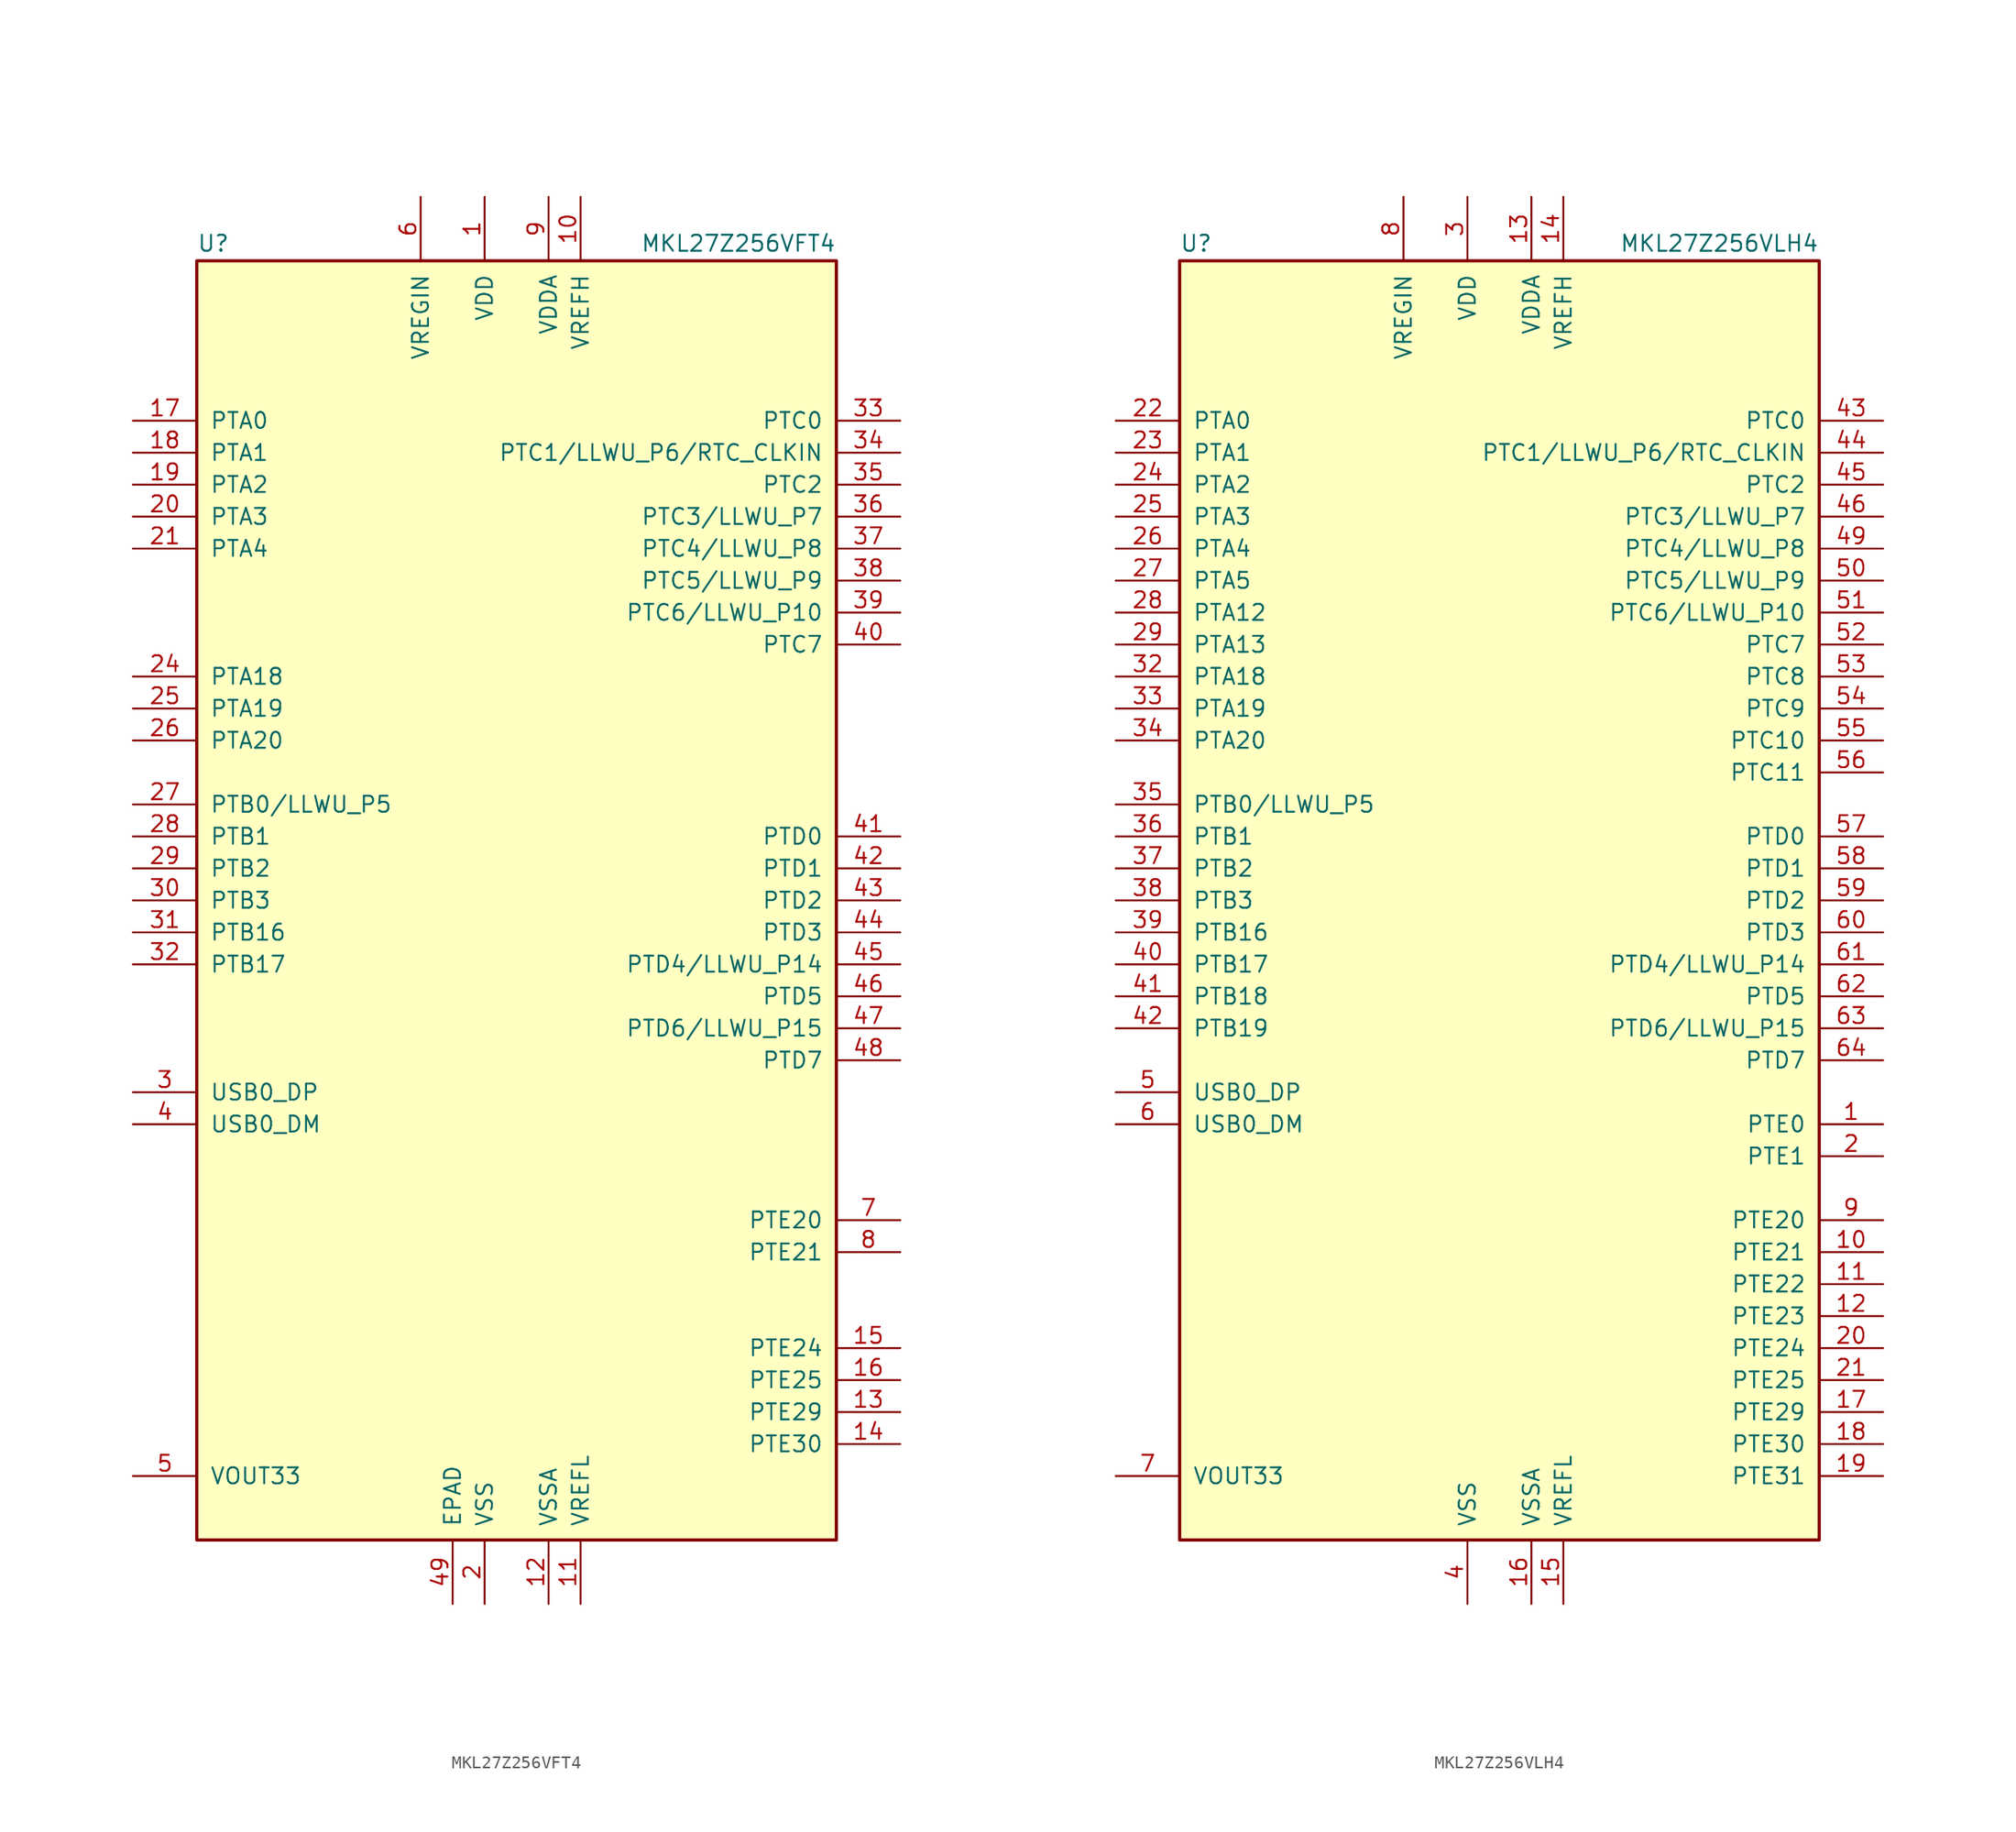
<source format=kicad_sym>
(kicad_symbol_lib
  (version 20241209)
  (generator "kicad_symbol_editor")
  (generator_version "9.0")
  (symbol "MKL27Z256VFT4"
    (pin_names
      (offset 1.016))
    (property "Reference" "U"
      (at -25.4 51.435 0)
      (effects (font (size 1.27 1.27)) (justify left bottom)))
    (property "Value" "MKL27Z256VFT4"
      (at 25.4 51.435 0)
      (effects (font (size 1.27 1.27)) (justify right bottom)))
    (symbol "MKL27Z256VFT4_0_1"
      (rectangle (start -25.4 50.8) (end 25.4 -50.8) (stroke (width 0.254) (type default)) (fill (type background))))
    (symbol "MKL27Z256VFT4_1_1"
      (pin bidirectional line (at -30.48 38.1 0) (length 5.08) (name "PTA0" (effects (font (size 1.27 1.27)))) (number "17" (effects (font (size 1.27 1.27)))))
      (pin bidirectional line (at -30.48 35.56 0) (length 5.08) (name "PTA1" (effects (font (size 1.27 1.27)))) (number "18" (effects (font (size 1.27 1.27)))))
      (pin bidirectional line (at -30.48 33.02 0) (length 5.08) (name "PTA2" (effects (font (size 1.27 1.27)))) (number "19" (effects (font (size 1.27 1.27)))))
      (pin bidirectional line (at -30.48 30.48 0) (length 5.08) (name "PTA3" (effects (font (size 1.27 1.27)))) (number "20" (effects (font (size 1.27 1.27)))))
      (pin bidirectional line (at -30.48 27.94 0) (length 5.08) (name "PTA4" (effects (font (size 1.27 1.27)))) (number "21" (effects (font (size 1.27 1.27)))))
      (pin bidirectional line (at -30.48 17.78 0) (length 5.08) (name "PTA18" (effects (font (size 1.27 1.27)))) (number "24" (effects (font (size 1.27 1.27)))))
      (pin bidirectional line (at -30.48 15.24 0) (length 5.08) (name "PTA19" (effects (font (size 1.27 1.27)))) (number "25" (effects (font (size 1.27 1.27)))))
      (pin bidirectional line (at -30.48 12.7 0) (length 5.08) (name "PTA20" (effects (font (size 1.27 1.27)))) (number "26" (effects (font (size 1.27 1.27)))))
      (pin bidirectional line (at -30.48 7.62 0) (length 5.08) (name "PTB0/LLWU_P5" (effects (font (size 1.27 1.27)))) (number "27" (effects (font (size 1.27 1.27)))))
      (pin bidirectional line (at -30.48 5.08 0) (length 5.08) (name "PTB1" (effects (font (size 1.27 1.27)))) (number "28" (effects (font (size 1.27 1.27)))))
      (pin bidirectional line (at -30.48 2.54 0) (length 5.08) (name "PTB2" (effects (font (size 1.27 1.27)))) (number "29" (effects (font (size 1.27 1.27)))))
      (pin bidirectional line (at -30.48 0 0) (length 5.08) (name "PTB3" (effects (font (size 1.27 1.27)))) (number "30" (effects (font (size 1.27 1.27)))))
      (pin bidirectional line (at -30.48 -2.54 0) (length 5.08) (name "PTB16" (effects (font (size 1.27 1.27)))) (number "31" (effects (font (size 1.27 1.27)))))
      (pin bidirectional line (at -30.48 -5.08 0) (length 5.08) (name "PTB17" (effects (font (size 1.27 1.27)))) (number "32" (effects (font (size 1.27 1.27)))))
      (pin bidirectional line (at -30.48 -15.24 0) (length 5.08) (name "USB0_DP" (effects (font (size 1.27 1.27)))) (number "3" (effects (font (size 1.27 1.27)))))
      (pin bidirectional line (at -30.48 -17.78 0) (length 5.08) (name "USB0_DM" (effects (font (size 1.27 1.27)))) (number "4" (effects (font (size 1.27 1.27)))))
      (pin power_out line (at -30.48 -45.72 0) (length 5.08) (name "VOUT33" (effects (font (size 1.27 1.27)))) (number "5" (effects (font (size 1.27 1.27)))))
      (pin power_in line (at -7.62 55.88 270) (length 5.08) (name "VREGIN" (effects (font (size 1.27 1.27)))) (number "6" (effects (font (size 1.27 1.27)))))
      (pin power_in line (at -5.08 -55.88 90) (length 5.08) (name "EPAD" (effects (font (size 1.27 1.27)))) (number "49" (effects (font (size 1.27 1.27)))))
      (pin power_in line (at -2.54 55.88 270) (length 5.08) (name "VDD" (effects (font (size 1.27 1.27)))) (number "1" (effects (font (size 1.27 1.27)))))
      (pin passive line (at -2.54 55.88 270) (length 5.08) (hide yes) (name "VDD" (effects (font (size 1.27 1.27)))) (number "22" (effects (font (size 1.27 1.27)))))
      (pin power_in line (at -2.54 -55.88 90) (length 5.08) (name "VSS" (effects (font (size 1.27 1.27)))) (number "2" (effects (font (size 1.27 1.27)))))
      (pin passive line (at -2.54 -55.88 90) (length 5.08) (hide yes) (name "VSS" (effects (font (size 1.27 1.27)))) (number "23" (effects (font (size 1.27 1.27)))))
      (pin power_in line (at 2.54 55.88 270) (length 5.08) (name "VDDA" (effects (font (size 1.27 1.27)))) (number "9" (effects (font (size 1.27 1.27)))))
      (pin power_in line (at 2.54 -55.88 90) (length 5.08) (name "VSSA" (effects (font (size 1.27 1.27)))) (number "12" (effects (font (size 1.27 1.27)))))
      (pin power_in line (at 5.08 55.88 270) (length 5.08) (name "VREFH" (effects (font (size 1.27 1.27)))) (number "10" (effects (font (size 1.27 1.27)))))
      (pin power_in line (at 5.08 -55.88 90) (length 5.08) (name "VREFL" (effects (font (size 1.27 1.27)))) (number "11" (effects (font (size 1.27 1.27)))))
      (pin bidirectional line (at 30.48 38.1 180) (length 5.08) (name "PTC0" (effects (font (size 1.27 1.27)))) (number "33" (effects (font (size 1.27 1.27)))))
      (pin bidirectional line (at 30.48 35.56 180) (length 5.08) (name "PTC1/LLWU_P6/RTC_CLKIN" (effects (font (size 1.27 1.27)))) (number "34" (effects (font (size 1.27 1.27)))))
      (pin bidirectional line (at 30.48 33.02 180) (length 5.08) (name "PTC2" (effects (font (size 1.27 1.27)))) (number "35" (effects (font (size 1.27 1.27)))))
      (pin bidirectional line (at 30.48 30.48 180) (length 5.08) (name "PTC3/LLWU_P7" (effects (font (size 1.27 1.27)))) (number "36" (effects (font (size 1.27 1.27)))))
      (pin bidirectional line (at 30.48 27.94 180) (length 5.08) (name "PTC4/LLWU_P8" (effects (font (size 1.27 1.27)))) (number "37" (effects (font (size 1.27 1.27)))))
      (pin bidirectional line (at 30.48 25.4 180) (length 5.08) (name "PTC5/LLWU_P9" (effects (font (size 1.27 1.27)))) (number "38" (effects (font (size 1.27 1.27)))))
      (pin bidirectional line (at 30.48 22.86 180) (length 5.08) (name "PTC6/LLWU_P10" (effects (font (size 1.27 1.27)))) (number "39" (effects (font (size 1.27 1.27)))))
      (pin bidirectional line (at 30.48 20.32 180) (length 5.08) (name "PTC7" (effects (font (size 1.27 1.27)))) (number "40" (effects (font (size 1.27 1.27)))))
      (pin bidirectional line (at 30.48 5.08 180) (length 5.08) (name "PTD0" (effects (font (size 1.27 1.27)))) (number "41" (effects (font (size 1.27 1.27)))))
      (pin bidirectional line (at 30.48 2.54 180) (length 5.08) (name "PTD1" (effects (font (size 1.27 1.27)))) (number "42" (effects (font (size 1.27 1.27)))))
      (pin bidirectional line (at 30.48 0 180) (length 5.08) (name "PTD2" (effects (font (size 1.27 1.27)))) (number "43" (effects (font (size 1.27 1.27)))))
      (pin bidirectional line (at 30.48 -2.54 180) (length 5.08) (name "PTD3" (effects (font (size 1.27 1.27)))) (number "44" (effects (font (size 1.27 1.27)))))
      (pin bidirectional line (at 30.48 -5.08 180) (length 5.08) (name "PTD4/LLWU_P14" (effects (font (size 1.27 1.27)))) (number "45" (effects (font (size 1.27 1.27)))))
      (pin bidirectional line (at 30.48 -7.62 180) (length 5.08) (name "PTD5" (effects (font (size 1.27 1.27)))) (number "46" (effects (font (size 1.27 1.27)))))
      (pin bidirectional line (at 30.48 -10.16 180) (length 5.08) (name "PTD6/LLWU_P15" (effects (font (size 1.27 1.27)))) (number "47" (effects (font (size 1.27 1.27)))))
      (pin bidirectional line (at 30.48 -12.7 180) (length 5.08) (name "PTD7" (effects (font (size 1.27 1.27)))) (number "48" (effects (font (size 1.27 1.27)))))
      (pin bidirectional line (at 30.48 -25.4 180) (length 5.08) (name "PTE20" (effects (font (size 1.27 1.27)))) (number "7" (effects (font (size 1.27 1.27)))))
      (pin bidirectional line (at 30.48 -27.94 180) (length 5.08) (name "PTE21" (effects (font (size 1.27 1.27)))) (number "8" (effects (font (size 1.27 1.27)))))
      (pin bidirectional line (at 30.48 -35.56 180) (length 5.08) (name "PTE24" (effects (font (size 1.27 1.27)))) (number "15" (effects (font (size 1.27 1.27)))))
      (pin bidirectional line (at 30.48 -38.1 180) (length 5.08) (name "PTE25" (effects (font (size 1.27 1.27)))) (number "16" (effects (font (size 1.27 1.27)))))
      (pin bidirectional line (at 30.48 -40.64 180) (length 5.08) (name "PTE29" (effects (font (size 1.27 1.27)))) (number "13" (effects (font (size 1.27 1.27)))))
      (pin bidirectional line (at 30.48 -43.18 180) (length 5.08) (name "PTE30" (effects (font (size 1.27 1.27)))) (number "14" (effects (font (size 1.27 1.27)))))))
  (symbol "MKL27Z256VLH4"
    (pin_names
      (offset 1.016))
    (property "Reference" "U"
      (at -25.4 51.435 0)
      (effects (font (size 1.27 1.27)) (justify left bottom)))
    (property "Value" "MKL27Z256VLH4"
      (at 25.4 51.435 0)
      (effects (font (size 1.27 1.27)) (justify right bottom)))
    (symbol "MKL27Z256VLH4_0_1"
      (rectangle (start -25.4 50.8) (end 25.4 -50.8) (stroke (width 0.254) (type default)) (fill (type background))))
    (symbol "MKL27Z256VLH4_1_1"
      (pin bidirectional line (at -30.48 38.1 0) (length 5.08) (name "PTA0" (effects (font (size 1.27 1.27)))) (number "22" (effects (font (size 1.27 1.27)))))
      (pin bidirectional line (at -30.48 35.56 0) (length 5.08) (name "PTA1" (effects (font (size 1.27 1.27)))) (number "23" (effects (font (size 1.27 1.27)))))
      (pin bidirectional line (at -30.48 33.02 0) (length 5.08) (name "PTA2" (effects (font (size 1.27 1.27)))) (number "24" (effects (font (size 1.27 1.27)))))
      (pin bidirectional line (at -30.48 30.48 0) (length 5.08) (name "PTA3" (effects (font (size 1.27 1.27)))) (number "25" (effects (font (size 1.27 1.27)))))
      (pin bidirectional line (at -30.48 27.94 0) (length 5.08) (name "PTA4" (effects (font (size 1.27 1.27)))) (number "26" (effects (font (size 1.27 1.27)))))
      (pin bidirectional line (at -30.48 25.4 0) (length 5.08) (name "PTA5" (effects (font (size 1.27 1.27)))) (number "27" (effects (font (size 1.27 1.27)))))
      (pin bidirectional line (at -30.48 22.86 0) (length 5.08) (name "PTA12" (effects (font (size 1.27 1.27)))) (number "28" (effects (font (size 1.27 1.27)))))
      (pin bidirectional line (at -30.48 20.32 0) (length 5.08) (name "PTA13" (effects (font (size 1.27 1.27)))) (number "29" (effects (font (size 1.27 1.27)))))
      (pin bidirectional line (at -30.48 17.78 0) (length 5.08) (name "PTA18" (effects (font (size 1.27 1.27)))) (number "32" (effects (font (size 1.27 1.27)))))
      (pin bidirectional line (at -30.48 15.24 0) (length 5.08) (name "PTA19" (effects (font (size 1.27 1.27)))) (number "33" (effects (font (size 1.27 1.27)))))
      (pin bidirectional line (at -30.48 12.7 0) (length 5.08) (name "PTA20" (effects (font (size 1.27 1.27)))) (number "34" (effects (font (size 1.27 1.27)))))
      (pin bidirectional line (at -30.48 7.62 0) (length 5.08) (name "PTB0/LLWU_P5" (effects (font (size 1.27 1.27)))) (number "35" (effects (font (size 1.27 1.27)))))
      (pin bidirectional line (at -30.48 5.08 0) (length 5.08) (name "PTB1" (effects (font (size 1.27 1.27)))) (number "36" (effects (font (size 1.27 1.27)))))
      (pin bidirectional line (at -30.48 2.54 0) (length 5.08) (name "PTB2" (effects (font (size 1.27 1.27)))) (number "37" (effects (font (size 1.27 1.27)))))
      (pin bidirectional line (at -30.48 0 0) (length 5.08) (name "PTB3" (effects (font (size 1.27 1.27)))) (number "38" (effects (font (size 1.27 1.27)))))
      (pin bidirectional line (at -30.48 -2.54 0) (length 5.08) (name "PTB16" (effects (font (size 1.27 1.27)))) (number "39" (effects (font (size 1.27 1.27)))))
      (pin bidirectional line (at -30.48 -5.08 0) (length 5.08) (name "PTB17" (effects (font (size 1.27 1.27)))) (number "40" (effects (font (size 1.27 1.27)))))
      (pin bidirectional line (at -30.48 -7.62 0) (length 5.08) (name "PTB18" (effects (font (size 1.27 1.27)))) (number "41" (effects (font (size 1.27 1.27)))))
      (pin bidirectional line (at -30.48 -10.16 0) (length 5.08) (name "PTB19" (effects (font (size 1.27 1.27)))) (number "42" (effects (font (size 1.27 1.27)))))
      (pin bidirectional line (at -30.48 -15.24 0) (length 5.08) (name "USB0_DP" (effects (font (size 1.27 1.27)))) (number "5" (effects (font (size 1.27 1.27)))))
      (pin bidirectional line (at -30.48 -17.78 0) (length 5.08) (name "USB0_DM" (effects (font (size 1.27 1.27)))) (number "6" (effects (font (size 1.27 1.27)))))
      (pin power_out line (at -30.48 -45.72 0) (length 5.08) (name "VOUT33" (effects (font (size 1.27 1.27)))) (number "7" (effects (font (size 1.27 1.27)))))
      (pin power_in line (at -7.62 55.88 270) (length 5.08) (name "VREGIN" (effects (font (size 1.27 1.27)))) (number "8" (effects (font (size 1.27 1.27)))))
      (pin power_in line (at -2.54 55.88 270) (length 5.08) (name "VDD" (effects (font (size 1.27 1.27)))) (number "3" (effects (font (size 1.27 1.27)))))
      (pin passive line (at -2.54 55.88 270) (length 5.08) (hide yes) (name "VDD" (effects (font (size 1.27 1.27)))) (number "30" (effects (font (size 1.27 1.27)))))
      (pin passive line (at -2.54 55.88 270) (length 5.08) (hide yes) (name "VDD" (effects (font (size 1.27 1.27)))) (number "48" (effects (font (size 1.27 1.27)))))
      (pin passive line (at -2.54 -55.88 90) (length 5.08) (hide yes) (name "VSS" (effects (font (size 1.27 1.27)))) (number "31" (effects (font (size 1.27 1.27)))))
      (pin power_in line (at -2.54 -55.88 90) (length 5.08) (name "VSS" (effects (font (size 1.27 1.27)))) (number "4" (effects (font (size 1.27 1.27)))))
      (pin passive line (at -2.54 -55.88 90) (length 5.08) (hide yes) (name "VSS" (effects (font (size 1.27 1.27)))) (number "47" (effects (font (size 1.27 1.27)))))
      (pin power_in line (at 2.54 55.88 270) (length 5.08) (name "VDDA" (effects (font (size 1.27 1.27)))) (number "13" (effects (font (size 1.27 1.27)))))
      (pin power_in line (at 2.54 -55.88 90) (length 5.08) (name "VSSA" (effects (font (size 1.27 1.27)))) (number "16" (effects (font (size 1.27 1.27)))))
      (pin power_in line (at 5.08 55.88 270) (length 5.08) (name "VREFH" (effects (font (size 1.27 1.27)))) (number "14" (effects (font (size 1.27 1.27)))))
      (pin power_in line (at 5.08 -55.88 90) (length 5.08) (name "VREFL" (effects (font (size 1.27 1.27)))) (number "15" (effects (font (size 1.27 1.27)))))
      (pin bidirectional line (at 30.48 38.1 180) (length 5.08) (name "PTC0" (effects (font (size 1.27 1.27)))) (number "43" (effects (font (size 1.27 1.27)))))
      (pin bidirectional line (at 30.48 35.56 180) (length 5.08) (name "PTC1/LLWU_P6/RTC_CLKIN" (effects (font (size 1.27 1.27)))) (number "44" (effects (font (size 1.27 1.27)))))
      (pin bidirectional line (at 30.48 33.02 180) (length 5.08) (name "PTC2" (effects (font (size 1.27 1.27)))) (number "45" (effects (font (size 1.27 1.27)))))
      (pin bidirectional line (at 30.48 30.48 180) (length 5.08) (name "PTC3/LLWU_P7" (effects (font (size 1.27 1.27)))) (number "46" (effects (font (size 1.27 1.27)))))
      (pin bidirectional line (at 30.48 27.94 180) (length 5.08) (name "PTC4/LLWU_P8" (effects (font (size 1.27 1.27)))) (number "49" (effects (font (size 1.27 1.27)))))
      (pin bidirectional line (at 30.48 25.4 180) (length 5.08) (name "PTC5/LLWU_P9" (effects (font (size 1.27 1.27)))) (number "50" (effects (font (size 1.27 1.27)))))
      (pin bidirectional line (at 30.48 22.86 180) (length 5.08) (name "PTC6/LLWU_P10" (effects (font (size 1.27 1.27)))) (number "51" (effects (font (size 1.27 1.27)))))
      (pin bidirectional line (at 30.48 20.32 180) (length 5.08) (name "PTC7" (effects (font (size 1.27 1.27)))) (number "52" (effects (font (size 1.27 1.27)))))
      (pin bidirectional line (at 30.48 17.78 180) (length 5.08) (name "PTC8" (effects (font (size 1.27 1.27)))) (number "53" (effects (font (size 1.27 1.27)))))
      (pin bidirectional line (at 30.48 15.24 180) (length 5.08) (name "PTC9" (effects (font (size 1.27 1.27)))) (number "54" (effects (font (size 1.27 1.27)))))
      (pin bidirectional line (at 30.48 12.7 180) (length 5.08) (name "PTC10" (effects (font (size 1.27 1.27)))) (number "55" (effects (font (size 1.27 1.27)))))
      (pin bidirectional line (at 30.48 10.16 180) (length 5.08) (name "PTC11" (effects (font (size 1.27 1.27)))) (number "56" (effects (font (size 1.27 1.27)))))
      (pin bidirectional line (at 30.48 5.08 180) (length 5.08) (name "PTD0" (effects (font (size 1.27 1.27)))) (number "57" (effects (font (size 1.27 1.27)))))
      (pin bidirectional line (at 30.48 2.54 180) (length 5.08) (name "PTD1" (effects (font (size 1.27 1.27)))) (number "58" (effects (font (size 1.27 1.27)))))
      (pin bidirectional line (at 30.48 0 180) (length 5.08) (name "PTD2" (effects (font (size 1.27 1.27)))) (number "59" (effects (font (size 1.27 1.27)))))
      (pin bidirectional line (at 30.48 -2.54 180) (length 5.08) (name "PTD3" (effects (font (size 1.27 1.27)))) (number "60" (effects (font (size 1.27 1.27)))))
      (pin bidirectional line (at 30.48 -5.08 180) (length 5.08) (name "PTD4/LLWU_P14" (effects (font (size 1.27 1.27)))) (number "61" (effects (font (size 1.27 1.27)))))
      (pin bidirectional line (at 30.48 -7.62 180) (length 5.08) (name "PTD5" (effects (font (size 1.27 1.27)))) (number "62" (effects (font (size 1.27 1.27)))))
      (pin bidirectional line (at 30.48 -10.16 180) (length 5.08) (name "PTD6/LLWU_P15" (effects (font (size 1.27 1.27)))) (number "63" (effects (font (size 1.27 1.27)))))
      (pin bidirectional line (at 30.48 -12.7 180) (length 5.08) (name "PTD7" (effects (font (size 1.27 1.27)))) (number "64" (effects (font (size 1.27 1.27)))))
      (pin bidirectional line (at 30.48 -17.78 180) (length 5.08) (name "PTE0" (effects (font (size 1.27 1.27)))) (number "1" (effects (font (size 1.27 1.27)))))
      (pin bidirectional line (at 30.48 -20.32 180) (length 5.08) (name "PTE1" (effects (font (size 1.27 1.27)))) (number "2" (effects (font (size 1.27 1.27)))))
      (pin bidirectional line (at 30.48 -25.4 180) (length 5.08) (name "PTE20" (effects (font (size 1.27 1.27)))) (number "9" (effects (font (size 1.27 1.27)))))
      (pin bidirectional line (at 30.48 -27.94 180) (length 5.08) (name "PTE21" (effects (font (size 1.27 1.27)))) (number "10" (effects (font (size 1.27 1.27)))))
      (pin bidirectional line (at 30.48 -30.48 180) (length 5.08) (name "PTE22" (effects (font (size 1.27 1.27)))) (number "11" (effects (font (size 1.27 1.27)))))
      (pin bidirectional line (at 30.48 -33.02 180) (length 5.08) (name "PTE23" (effects (font (size 1.27 1.27)))) (number "12" (effects (font (size 1.27 1.27)))))
      (pin bidirectional line (at 30.48 -35.56 180) (length 5.08) (name "PTE24" (effects (font (size 1.27 1.27)))) (number "20" (effects (font (size 1.27 1.27)))))
      (pin bidirectional line (at 30.48 -38.1 180) (length 5.08) (name "PTE25" (effects (font (size 1.27 1.27)))) (number "21" (effects (font (size 1.27 1.27)))))
      (pin bidirectional line (at 30.48 -40.64 180) (length 5.08) (name "PTE29" (effects (font (size 1.27 1.27)))) (number "17" (effects (font (size 1.27 1.27)))))
      (pin bidirectional line (at 30.48 -43.18 180) (length 5.08) (name "PTE30" (effects (font (size 1.27 1.27)))) (number "18" (effects (font (size 1.27 1.27)))))
      (pin bidirectional line (at 30.48 -45.72 180) (length 5.08) (name "PTE31" (effects (font (size 1.27 1.27)))) (number "19" (effects (font (size 1.27 1.27))))))))
</source>
